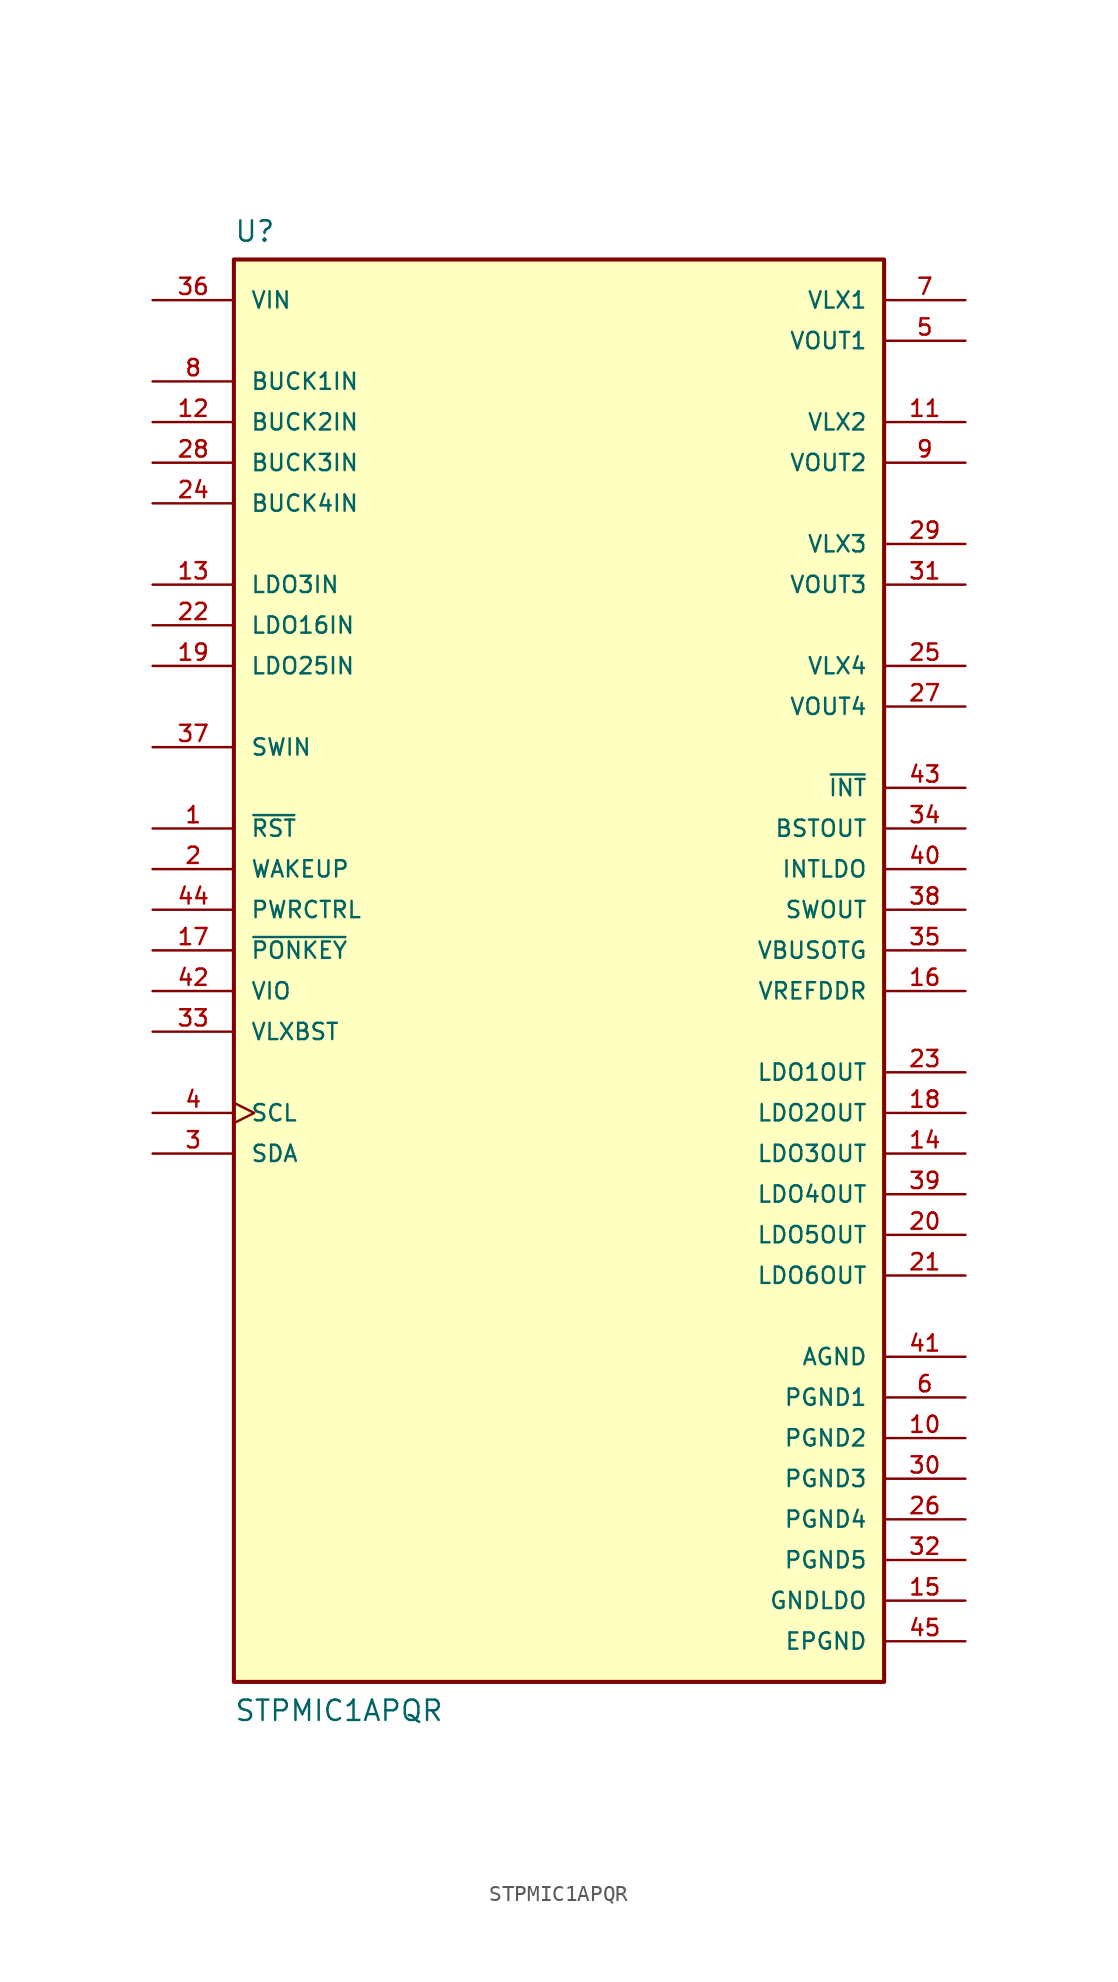
<source format=kicad_sym>
(kicad_symbol_lib
  (version 20211014)
  (generator kicad_symbol_editor)
  (symbol "STPMIC1APQR"
    (pin_names
      (offset 1.016))
    (property "Reference" "U"
      (at -20.32 44.196 0)
      (effects (font (size 1.27 1.27)) (justify bottom left)))
    (property "Value" "STPMIC1APQR"
      (at -20.32 -48.26 0)
      (effects (font (size 1.27 1.27)) (justify bottom left)))
    (symbol "STPMIC1APQR_0_0"
      (rectangle (start -20.32 -45.72) (end 20.32 43.18) (stroke (width 0.254)) (fill (type background)))
      (pin bidirectional line (at -25.4 7.62 0) (length 5.08) (name "~{RST}" (effects (font (size 1.016 1.016)))) (number "1" (effects (font (size 1.016 1.016)))))
      (pin input line (at -25.4 5.08 0) (length 5.08) (name "WAKEUP" (effects (font (size 1.016 1.016)))) (number "2" (effects (font (size 1.016 1.016)))))
      (pin bidirectional line (at -25.4 -12.7 0) (length 5.08) (name "SDA" (effects (font (size 1.016 1.016)))) (number "3" (effects (font (size 1.016 1.016)))))
      (pin input clock (at -25.4 -10.16 0) (length 5.08) (name "SCL" (effects (font (size 1.016 1.016)))) (number "4" (effects (font (size 1.016 1.016)))))
      (pin input line (at 25.4 38.1 180.0) (length 5.08) (name "VOUT1" (effects (font (size 1.016 1.016)))) (number "5" (effects (font (size 1.016 1.016)))))
      (pin power_in line (at 25.4 -27.94 180.0) (length 5.08) (name "PGND1" (effects (font (size 1.016 1.016)))) (number "6" (effects (font (size 1.016 1.016)))))
      (pin output line (at 25.4 40.64 180.0) (length 5.08) (name "VLX1" (effects (font (size 1.016 1.016)))) (number "7" (effects (font (size 1.016 1.016)))))
      (pin input line (at -25.4 35.56 0) (length 5.08) (name "BUCK1IN" (effects (font (size 1.016 1.016)))) (number "8" (effects (font (size 1.016 1.016)))))
      (pin input line (at 25.4 30.48 180.0) (length 5.08) (name "VOUT2" (effects (font (size 1.016 1.016)))) (number "9" (effects (font (size 1.016 1.016)))))
      (pin power_in line (at 25.4 -30.48 180.0) (length 5.08) (name "PGND2" (effects (font (size 1.016 1.016)))) (number "10" (effects (font (size 1.016 1.016)))))
      (pin output line (at 25.4 33.02 180.0) (length 5.08) (name "VLX2" (effects (font (size 1.016 1.016)))) (number "11" (effects (font (size 1.016 1.016)))))
      (pin input line (at -25.4 33.02 0) (length 5.08) (name "BUCK2IN" (effects (font (size 1.016 1.016)))) (number "12" (effects (font (size 1.016 1.016)))))
      (pin input line (at -25.4 22.86 0) (length 5.08) (name "LDO3IN" (effects (font (size 1.016 1.016)))) (number "13" (effects (font (size 1.016 1.016)))))
      (pin output line (at 25.4 -12.7 180.0) (length 5.08) (name "LDO3OUT" (effects (font (size 1.016 1.016)))) (number "14" (effects (font (size 1.016 1.016)))))
      (pin power_in line (at 25.4 -40.64 180.0) (length 5.08) (name "GNDLDO" (effects (font (size 1.016 1.016)))) (number "15" (effects (font (size 1.016 1.016)))))
      (pin output line (at 25.4 -2.54 180.0) (length 5.08) (name "VREFDDR" (effects (font (size 1.016 1.016)))) (number "16" (effects (font (size 1.016 1.016)))))
      (pin input line (at -25.4 0.0 0) (length 5.08) (name "~{PONKEY}" (effects (font (size 1.016 1.016)))) (number "17" (effects (font (size 1.016 1.016)))))
      (pin output line (at 25.4 -10.16 180.0) (length 5.08) (name "LDO2OUT" (effects (font (size 1.016 1.016)))) (number "18" (effects (font (size 1.016 1.016)))))
      (pin input line (at -25.4 17.78 0) (length 5.08) (name "LDO25IN" (effects (font (size 1.016 1.016)))) (number "19" (effects (font (size 1.016 1.016)))))
      (pin output line (at 25.4 -17.78 180.0) (length 5.08) (name "LDO5OUT" (effects (font (size 1.016 1.016)))) (number "20" (effects (font (size 1.016 1.016)))))
      (pin output line (at 25.4 -20.32 180.0) (length 5.08) (name "LDO6OUT" (effects (font (size 1.016 1.016)))) (number "21" (effects (font (size 1.016 1.016)))))
      (pin input line (at -25.4 20.32 0) (length 5.08) (name "LDO16IN" (effects (font (size 1.016 1.016)))) (number "22" (effects (font (size 1.016 1.016)))))
      (pin output line (at 25.4 -7.62 180.0) (length 5.08) (name "LDO1OUT" (effects (font (size 1.016 1.016)))) (number "23" (effects (font (size 1.016 1.016)))))
      (pin input line (at -25.4 27.94 0) (length 5.08) (name "BUCK4IN" (effects (font (size 1.016 1.016)))) (number "24" (effects (font (size 1.016 1.016)))))
      (pin output line (at 25.4 17.78 180.0) (length 5.08) (name "VLX4" (effects (font (size 1.016 1.016)))) (number "25" (effects (font (size 1.016 1.016)))))
      (pin power_in line (at 25.4 -35.56 180.0) (length 5.08) (name "PGND4" (effects (font (size 1.016 1.016)))) (number "26" (effects (font (size 1.016 1.016)))))
      (pin input line (at 25.4 15.24 180.0) (length 5.08) (name "VOUT4" (effects (font (size 1.016 1.016)))) (number "27" (effects (font (size 1.016 1.016)))))
      (pin input line (at -25.4 30.48 0) (length 5.08) (name "BUCK3IN" (effects (font (size 1.016 1.016)))) (number "28" (effects (font (size 1.016 1.016)))))
      (pin output line (at 25.4 25.4 180.0) (length 5.08) (name "VLX3" (effects (font (size 1.016 1.016)))) (number "29" (effects (font (size 1.016 1.016)))))
      (pin power_in line (at 25.4 -33.02 180.0) (length 5.08) (name "PGND3" (effects (font (size 1.016 1.016)))) (number "30" (effects (font (size 1.016 1.016)))))
      (pin input line (at 25.4 22.86 180.0) (length 5.08) (name "VOUT3" (effects (font (size 1.016 1.016)))) (number "31" (effects (font (size 1.016 1.016)))))
      (pin power_in line (at 25.4 -38.1 180.0) (length 5.08) (name "PGND5" (effects (font (size 1.016 1.016)))) (number "32" (effects (font (size 1.016 1.016)))))
      (pin input line (at -25.4 -5.08 0) (length 5.08) (name "VLXBST" (effects (font (size 1.016 1.016)))) (number "33" (effects (font (size 1.016 1.016)))))
      (pin output line (at 25.4 7.62 180.0) (length 5.08) (name "BSTOUT" (effects (font (size 1.016 1.016)))) (number "34" (effects (font (size 1.016 1.016)))))
      (pin output line (at 25.4 0.0 180.0) (length 5.08) (name "VBUSOTG" (effects (font (size 1.016 1.016)))) (number "35" (effects (font (size 1.016 1.016)))))
      (pin input line (at -25.4 40.64 0) (length 5.08) (name "VIN" (effects (font (size 1.016 1.016)))) (number "36" (effects (font (size 1.016 1.016)))))
      (pin input line (at -25.4 12.7 0) (length 5.08) (name "SWIN" (effects (font (size 1.016 1.016)))) (number "37" (effects (font (size 1.016 1.016)))))
      (pin output line (at 25.4 2.54 180.0) (length 5.08) (name "SWOUT" (effects (font (size 1.016 1.016)))) (number "38" (effects (font (size 1.016 1.016)))))
      (pin output line (at 25.4 -15.24 180.0) (length 5.08) (name "LDO4OUT" (effects (font (size 1.016 1.016)))) (number "39" (effects (font (size 1.016 1.016)))))
      (pin output line (at 25.4 5.08 180.0) (length 5.08) (name "INTLDO" (effects (font (size 1.016 1.016)))) (number "40" (effects (font (size 1.016 1.016)))))
      (pin power_in line (at 25.4 -25.4 180.0) (length 5.08) (name "AGND" (effects (font (size 1.016 1.016)))) (number "41" (effects (font (size 1.016 1.016)))))
      (pin input line (at -25.4 -2.54 0) (length 5.08) (name "VIO" (effects (font (size 1.016 1.016)))) (number "42" (effects (font (size 1.016 1.016)))))
      (pin output line (at 25.4 10.16 180.0) (length 5.08) (name "~{INT}" (effects (font (size 1.016 1.016)))) (number "43" (effects (font (size 1.016 1.016)))))
      (pin input line (at -25.4 2.54 0) (length 5.08) (name "PWRCTRL" (effects (font (size 1.016 1.016)))) (number "44" (effects (font (size 1.016 1.016)))))
      (pin power_in line (at 25.4 -43.18 180.0) (length 5.08) (name "EPGND" (effects (font (size 1.016 1.016)))) (number "45" (effects (font (size 1.016 1.016))))))))
</source>
